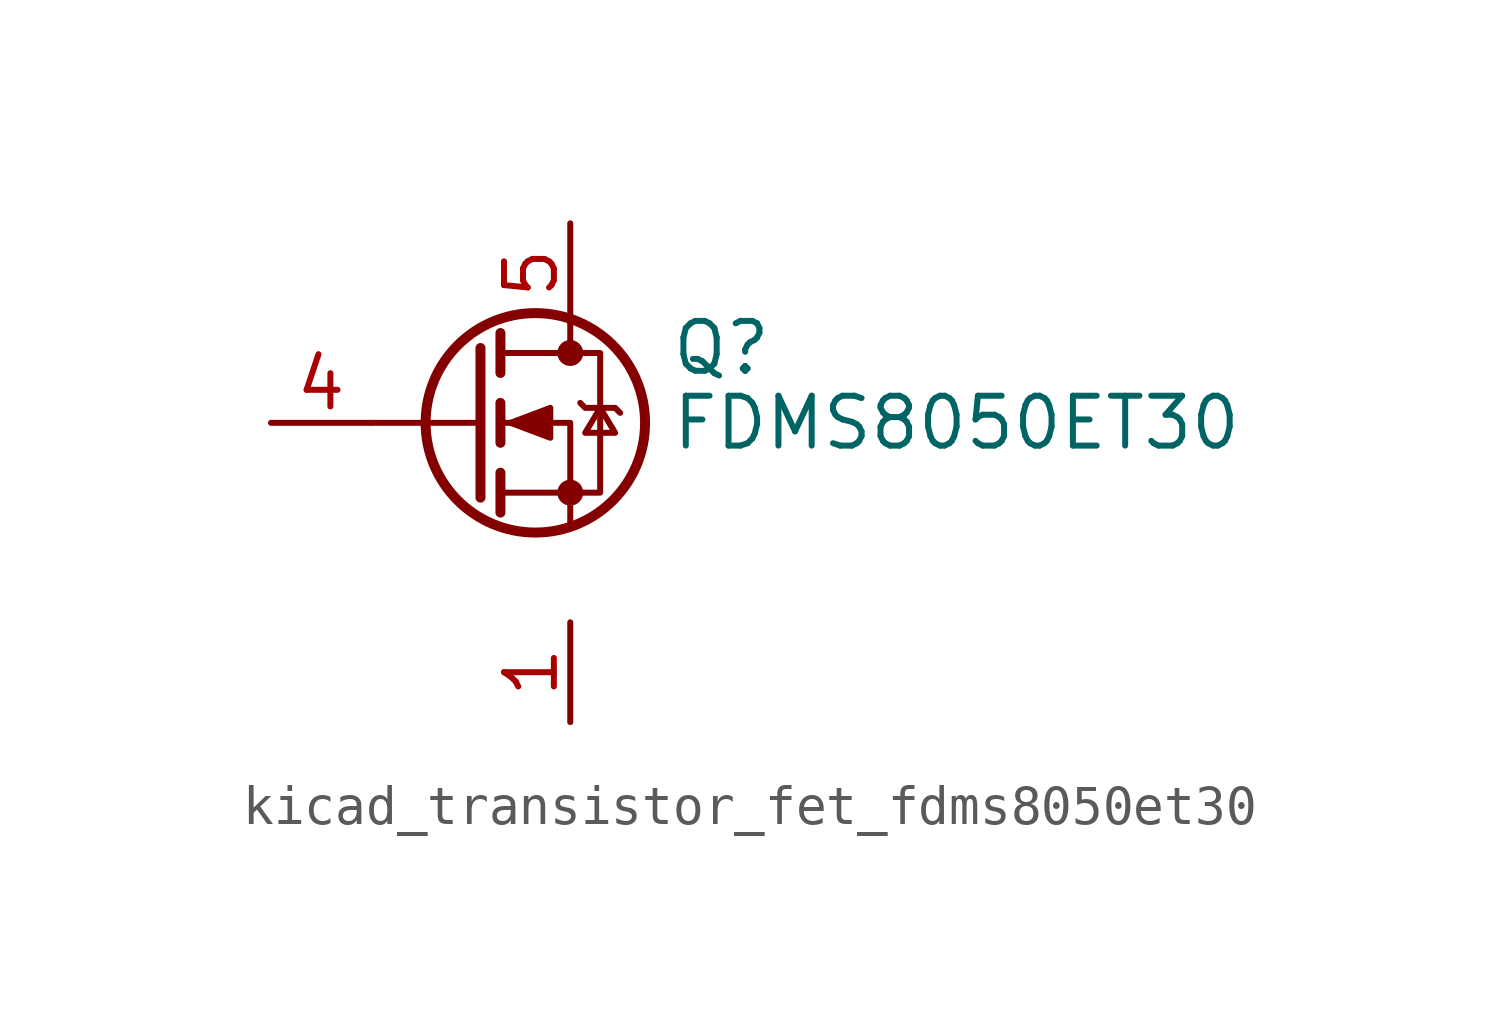
<source format=kicad_sym>
(kicad_symbol_lib
  (version 20220914)
  (generator kicad_symbol_editor)
  (symbol "kicad_transistor_fet_fdms8050et30"
    (pin_names hide)
    (property "Reference" "Q"
      (at 5.08 1.905 0)
      (effects (font (size 1.27 1.27)) (justify left)))
    (property "Value" "FDMS8050ET30"
      (at 5.08 0 0)
      (effects (font (size 1.27 1.27)) (justify left)))
    (symbol "kicad_transistor_fet_fdms8050et30_0_1"
      (polyline (pts (xy 0.254 0) (xy -2.54 0)) (stroke (width 0) (type default)) (fill (type none)))
      (polyline (pts (xy 0.254 1.905) (xy 0.254 -1.905)) (stroke (width 0.254) (type default)) (fill (type none)))
      (polyline (pts (xy 0.762 -1.27) (xy 0.762 -2.286)) (stroke (width 0.254) (type default)) (fill (type none)))
      (polyline (pts (xy 0.762 0.508) (xy 0.762 -0.508)) (stroke (width 0.254) (type default)) (fill (type none)))
      (polyline (pts (xy 0.762 2.286) (xy 0.762 1.27)) (stroke (width 0.254) (type default)) (fill (type none)))
      (polyline (pts (xy 2.54 2.54) (xy 2.54 1.778)) (stroke (width 0) (type default)) (fill (type none)))
      (polyline (pts (xy 2.54 -2.54) (xy 2.54 0) (xy 0.762 0)) (stroke (width 0) (type default)) (fill (type none)))
      (polyline (pts (xy 0.762 -1.778) (xy 3.302 -1.778) (xy 3.302 1.778) (xy 0.762 1.778)) (stroke (width 0) (type default)) (fill (type none)))
      (polyline (pts (xy 1.016 0) (xy 2.032 0.381) (xy 2.032 -0.381) (xy 1.016 0)) (stroke (width 0) (type default)) (fill (type outline)))
      (polyline (pts (xy 2.794 0.508) (xy 2.921 0.381) (xy 3.683 0.381) (xy 3.81 0.254)) (stroke (width 0) (type default)) (fill (type none)))
      (polyline (pts (xy 3.302 0.381) (xy 2.921 -0.254) (xy 3.683 -0.254) (xy 3.302 0.381)) (stroke (width 0) (type default)) (fill (type none)))
      (circle (center 1.651 0) (radius 2.794) (stroke (width 0.254) (type default)) (fill (type none)))
      (circle (center 2.54 -1.778) (radius 0.254) (stroke (width 0) (type default)) (fill (type outline)))
      (circle (center 2.54 1.778) (radius 0.254) (stroke (width 0) (type default)) (fill (type outline))))
    (symbol "kicad_transistor_fet_fdms8050et30_1_1"
      (pin passive line (at 2.54 -5.08 270) (length 2.54) (name "S" (effects (font (size 1.27 1.27)))) (number "1" (effects (font (size 1.27 1.27)))))
      (pin passive line (at 2.54 -5.08 270) (length 2.54) hide (name "S" (effects (font (size 1.27 1.27)))) (number "2" (effects (font (size 1.27 1.27)))))
      (pin passive line (at 2.54 -5.08 90) (length 2.54) hide (name "S" (effects (font (size 1.27 1.27)))) (number "3" (effects (font (size 1.27 1.27)))))
      (pin passive line (at -5.08 0 0) (length 2.54) (name "G" (effects (font (size 1.27 1.27)))) (number "4" (effects (font (size 1.27 1.27)))))
      (pin passive line (at 2.54 5.08 270) (length 2.54) (name "D" (effects (font (size 1.27 1.27)))) (number "5" (effects (font (size 1.27 1.27))))))))
</source>
